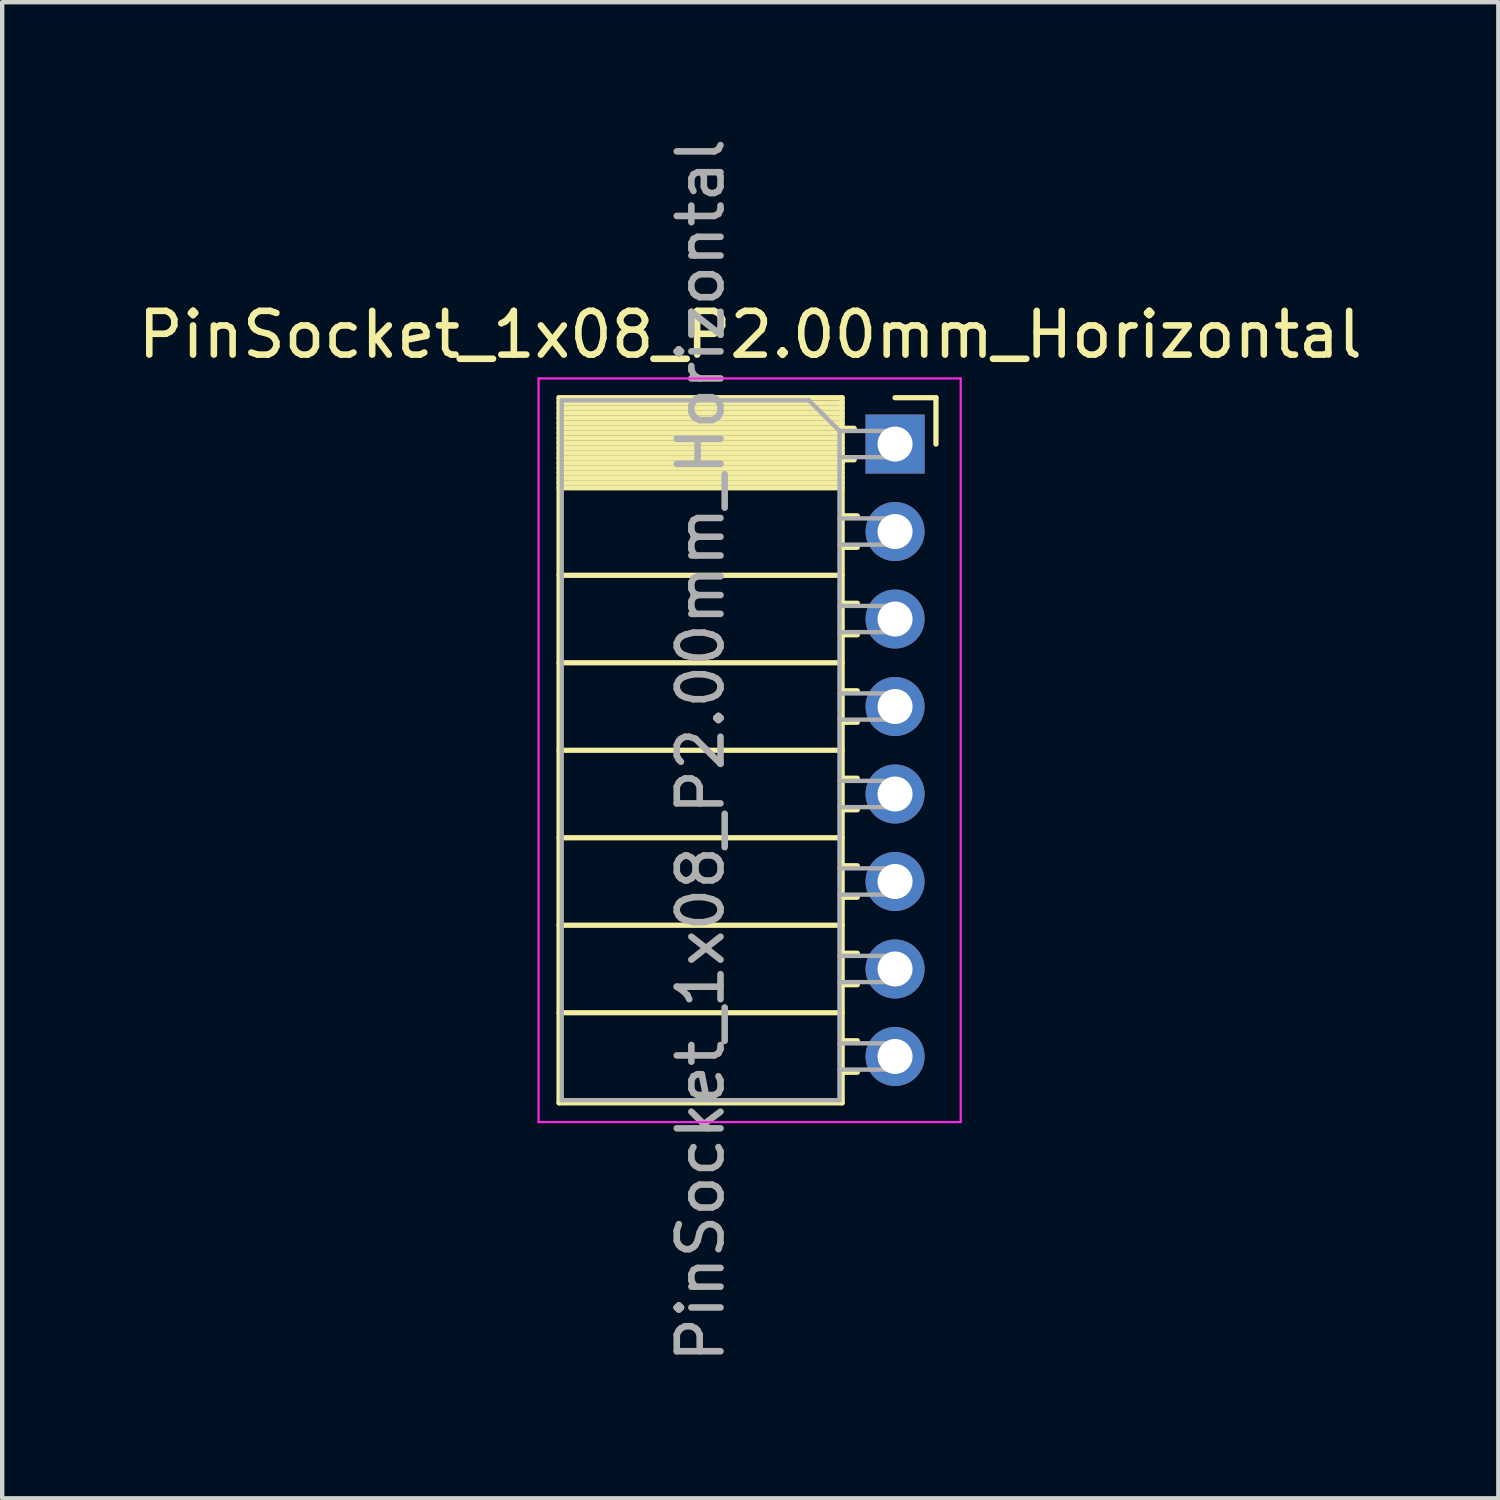
<source format=kicad_pcb>
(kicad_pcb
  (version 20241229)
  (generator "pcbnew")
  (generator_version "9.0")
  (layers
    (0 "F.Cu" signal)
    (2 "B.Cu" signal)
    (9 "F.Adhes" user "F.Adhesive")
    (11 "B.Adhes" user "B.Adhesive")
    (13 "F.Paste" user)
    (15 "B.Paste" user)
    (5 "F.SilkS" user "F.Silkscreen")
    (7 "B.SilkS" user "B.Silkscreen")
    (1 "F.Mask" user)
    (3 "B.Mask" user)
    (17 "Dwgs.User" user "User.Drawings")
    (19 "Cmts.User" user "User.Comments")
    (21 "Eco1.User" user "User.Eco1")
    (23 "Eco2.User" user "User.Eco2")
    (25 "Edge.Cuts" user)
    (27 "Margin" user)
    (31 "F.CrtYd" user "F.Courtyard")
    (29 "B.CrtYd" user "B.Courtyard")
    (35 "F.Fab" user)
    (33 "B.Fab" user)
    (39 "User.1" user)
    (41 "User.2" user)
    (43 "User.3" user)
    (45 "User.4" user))
  (footprint "PinSocket_1x08_P2.00mm_Horizontal"
    (layer "F.Cu")
    (at 17.411 7.101)
    (property "Reference" "PinSocket_1x08_P2.00mm_Horizontal" (at -3.31 -2.5 0) (layer "F.SilkS") (effects (font (size 1 1) (thickness 0.15))))
    (attr through_hole)
    (fp_line (start -7.68 -1.06) (end -7.68 15.06) (stroke (width 0.12) (type solid)) (layer "F.SilkS"))
    (fp_line (start -7.68 -1.06) (end -1.21 -1.06) (stroke (width 0.12) (type solid)) (layer "F.SilkS"))
    (fp_line (start -7.68 -0.94) (end -1.21 -0.94) (stroke (width 0.12) (type solid)) (layer "F.SilkS"))
    (fp_line (start -7.68 -0.826) (end -1.21 -0.826) (stroke (width 0.12) (type solid)) (layer "F.SilkS"))
    (fp_line (start -7.68 -0.712) (end -1.21 -0.712) (stroke (width 0.12) (type solid)) (layer "F.SilkS"))
    (fp_line (start -7.68 -0.598) (end -1.21 -0.598) (stroke (width 0.12) (type solid)) (layer "F.SilkS"))
    (fp_line (start -7.68 -0.484) (end -1.21 -0.484) (stroke (width 0.12) (type solid)) (layer "F.SilkS"))
    (fp_line (start -7.68 -0.369) (end -1.21 -0.369) (stroke (width 0.12) (type solid)) (layer "F.SilkS"))
    (fp_line (start -7.68 -0.255) (end -1.21 -0.255) (stroke (width 0.12) (type solid)) (layer "F.SilkS"))
    (fp_line (start -7.68 -0.141) (end -1.21 -0.141) (stroke (width 0.12) (type solid)) (layer "F.SilkS"))
    (fp_line (start -7.68 -0.027) (end -1.21 -0.027) (stroke (width 0.12) (type solid)) (layer "F.SilkS"))
    (fp_line (start -7.68 0.087) (end -1.21 0.087) (stroke (width 0.12) (type solid)) (layer "F.SilkS"))
    (fp_line (start -7.68 0.201) (end -1.21 0.201) (stroke (width 0.12) (type solid)) (layer "F.SilkS"))
    (fp_line (start -7.68 0.315) (end -1.21 0.315) (stroke (width 0.12) (type solid)) (layer "F.SilkS"))
    (fp_line (start -7.68 0.429) (end -1.21 0.429) (stroke (width 0.12) (type solid)) (layer "F.SilkS"))
    (fp_line (start -7.68 0.544) (end -1.21 0.544) (stroke (width 0.12) (type solid)) (layer "F.SilkS"))
    (fp_line (start -7.68 0.658) (end -1.21 0.658) (stroke (width 0.12) (type solid)) (layer "F.SilkS"))
    (fp_line (start -7.68 0.772) (end -1.21 0.772) (stroke (width 0.12) (type solid)) (layer "F.SilkS"))
    (fp_line (start -7.68 0.886) (end -1.21 0.886) (stroke (width 0.12) (type solid)) (layer "F.SilkS"))
    (fp_line (start -7.68 1) (end -1.21 1) (stroke (width 0.12) (type solid)) (layer "F.SilkS"))
    (fp_line (start -7.68 3) (end -1.21 3) (stroke (width 0.12) (type solid)) (layer "F.SilkS"))
    (fp_line (start -7.68 5) (end -1.21 5) (stroke (width 0.12) (type solid)) (layer "F.SilkS"))
    (fp_line (start -7.68 7) (end -1.21 7) (stroke (width 0.12) (type solid)) (layer "F.SilkS"))
    (fp_line (start -7.68 9) (end -1.21 9) (stroke (width 0.12) (type solid)) (layer "F.SilkS"))
    (fp_line (start -7.68 11) (end -1.21 11) (stroke (width 0.12) (type solid)) (layer "F.SilkS"))
    (fp_line (start -7.68 13) (end -1.21 13) (stroke (width 0.12) (type solid)) (layer "F.SilkS"))
    (fp_line (start -7.68 15.06) (end -1.21 15.06) (stroke (width 0.12) (type solid)) (layer "F.SilkS"))
    (fp_line (start -1.21 -1.06) (end -1.21 15.06) (stroke (width 0.12) (type solid)) (layer "F.SilkS"))
    (fp_line (start -1.21 -0.36) (end -0.935 -0.36) (stroke (width 0.12) (type solid)) (layer "F.SilkS"))
    (fp_line (start -1.21 0.36) (end -0.935 0.36) (stroke (width 0.12) (type solid)) (layer "F.SilkS"))
    (fp_line (start -1.21 1.64) (end -0.863 1.64) (stroke (width 0.12) (type solid)) (layer "F.SilkS"))
    (fp_line (start -1.21 2.36) (end -0.863 2.36) (stroke (width 0.12) (type solid)) (layer "F.SilkS"))
    (fp_line (start -1.21 3.64) (end -0.863 3.64) (stroke (width 0.12) (type solid)) (layer "F.SilkS"))
    (fp_line (start -1.21 4.36) (end -0.863 4.36) (stroke (width 0.12) (type solid)) (layer "F.SilkS"))
    (fp_line (start -1.21 5.64) (end -0.863 5.64) (stroke (width 0.12) (type solid)) (layer "F.SilkS"))
    (fp_line (start -1.21 6.36) (end -0.863 6.36) (stroke (width 0.12) (type solid)) (layer "F.SilkS"))
    (fp_line (start -1.21 7.64) (end -0.863 7.64) (stroke (width 0.12) (type solid)) (layer "F.SilkS"))
    (fp_line (start -1.21 8.36) (end -0.863 8.36) (stroke (width 0.12) (type solid)) (layer "F.SilkS"))
    (fp_line (start -1.21 9.64) (end -0.863 9.64) (stroke (width 0.12) (type solid)) (layer "F.SilkS"))
    (fp_line (start -1.21 10.36) (end -0.863 10.36) (stroke (width 0.12) (type solid)) (layer "F.SilkS"))
    (fp_line (start -1.21 11.64) (end -0.863 11.64) (stroke (width 0.12) (type solid)) (layer "F.SilkS"))
    (fp_line (start -1.21 12.36) (end -0.863 12.36) (stroke (width 0.12) (type solid)) (layer "F.SilkS"))
    (fp_line (start -1.21 13.64) (end -0.863 13.64) (stroke (width 0.12) (type solid)) (layer "F.SilkS"))
    (fp_line (start -1.21 14.36) (end -0.863 14.36) (stroke (width 0.12) (type solid)) (layer "F.SilkS"))
    (fp_line (start 0 -1.06) (end 0.935 -1.06) (stroke (width 0.12) (type solid)) (layer "F.SilkS"))
    (fp_line (start 0.935 -1.06) (end 0.935 0) (stroke (width 0.12) (type solid)) (layer "F.SilkS"))
    (fp_line (start -8.15 -1.5) (end -8.15 15.5) (stroke (width 0.05) (type solid)) (layer "F.CrtYd"))
    (fp_line (start -8.15 15.5) (end 1.5 15.5) (stroke (width 0.05) (type solid)) (layer "F.CrtYd"))
    (fp_line (start 1.5 -1.5) (end -8.15 -1.5) (stroke (width 0.05) (type solid)) (layer "F.CrtYd"))
    (fp_line (start 1.5 15.5) (end 1.5 -1.5) (stroke (width 0.05) (type solid)) (layer "F.CrtYd"))
    (fp_line (start -7.62 -1) (end -1.97 -1) (stroke (width 0.1) (type solid)) (layer "F.Fab"))
    (fp_line (start -7.62 15) (end -7.62 -1) (stroke (width 0.1) (type solid)) (layer "F.Fab"))
    (fp_line (start -1.97 -1) (end -1.27 -0.3) (stroke (width 0.1) (type solid)) (layer "F.Fab"))
    (fp_line (start -1.27 -0.3) (end -1.27 15) (stroke (width 0.1) (type solid)) (layer "F.Fab"))
    (fp_line (start -1.27 0.3) (end 0 0.3) (stroke (width 0.1) (type solid)) (layer "F.Fab"))
    (fp_line (start -1.27 2.3) (end 0 2.3) (stroke (width 0.1) (type solid)) (layer "F.Fab"))
    (fp_line (start -1.27 4.3) (end 0 4.3) (stroke (width 0.1) (type solid)) (layer "F.Fab"))
    (fp_line (start -1.27 6.3) (end 0 6.3) (stroke (width 0.1) (type solid)) (layer "F.Fab"))
    (fp_line (start -1.27 8.3) (end 0 8.3) (stroke (width 0.1) (type solid)) (layer "F.Fab"))
    (fp_line (start -1.27 10.3) (end 0 10.3) (stroke (width 0.1) (type solid)) (layer "F.Fab"))
    (fp_line (start -1.27 12.3) (end 0 12.3) (stroke (width 0.1) (type solid)) (layer "F.Fab"))
    (fp_line (start -1.27 14.3) (end 0 14.3) (stroke (width 0.1) (type solid)) (layer "F.Fab"))
    (fp_line (start -1.27 15) (end -7.62 15) (stroke (width 0.1) (type solid)) (layer "F.Fab"))
    (fp_line (start 0 -0.3) (end -1.27 -0.3) (stroke (width 0.1) (type solid)) (layer "F.Fab"))
    (fp_line (start 0 0.3) (end 0 -0.3) (stroke (width 0.1) (type solid)) (layer "F.Fab"))
    (fp_line (start 0 1.7) (end -1.27 1.7) (stroke (width 0.1) (type solid)) (layer "F.Fab"))
    (fp_line (start 0 2.3) (end 0 1.7) (stroke (width 0.1) (type solid)) (layer "F.Fab"))
    (fp_line (start 0 3.7) (end -1.27 3.7) (stroke (width 0.1) (type solid)) (layer "F.Fab"))
    (fp_line (start 0 4.3) (end 0 3.7) (stroke (width 0.1) (type solid)) (layer "F.Fab"))
    (fp_line (start 0 5.7) (end -1.27 5.7) (stroke (width 0.1) (type solid)) (layer "F.Fab"))
    (fp_line (start 0 6.3) (end 0 5.7) (stroke (width 0.1) (type solid)) (layer "F.Fab"))
    (fp_line (start 0 7.7) (end -1.27 7.7) (stroke (width 0.1) (type solid)) (layer "F.Fab"))
    (fp_line (start 0 8.3) (end 0 7.7) (stroke (width 0.1) (type solid)) (layer "F.Fab"))
    (fp_line (start 0 9.7) (end -1.27 9.7) (stroke (width 0.1) (type solid)) (layer "F.Fab"))
    (fp_line (start 0 10.3) (end 0 9.7) (stroke (width 0.1) (type solid)) (layer "F.Fab"))
    (fp_line (start 0 11.7) (end -1.27 11.7) (stroke (width 0.1) (type solid)) (layer "F.Fab"))
    (fp_line (start 0 12.3) (end 0 11.7) (stroke (width 0.1) (type solid)) (layer "F.Fab"))
    (fp_line (start 0 13.7) (end -1.27 13.7) (stroke (width 0.1) (type solid)) (layer "F.Fab"))
    (fp_line (start 0 14.3) (end 0 13.7) (stroke (width 0.1) (type solid)) (layer "F.Fab"))
    (fp_text user "${REFERENCE}" (at -4.445 7 90) (layer "F.Fab") (effects (font (size 1 1) (thickness 0.15))))
    (pad "1" thru_hole rect (at 0 0) (size 1.35 1.35) (drill 0.8) (layers "*.Cu" "*.Mask"))
    (pad "2" thru_hole oval (at 0 2) (size 1.35 1.35) (drill 0.8) (layers "*.Cu" "*.Mask"))
    (pad "3" thru_hole oval (at 0 4) (size 1.35 1.35) (drill 0.8) (layers "*.Cu" "*.Mask"))
    (pad "4" thru_hole oval (at 0 6) (size 1.35 1.35) (drill 0.8) (layers "*.Cu" "*.Mask"))
    (pad "5" thru_hole oval (at 0 8) (size 1.35 1.35) (drill 0.8) (layers "*.Cu" "*.Mask"))
    (pad "6" thru_hole oval (at 0 10) (size 1.35 1.35) (drill 0.8) (layers "*.Cu" "*.Mask"))
    (pad "7" thru_hole oval (at 0 12) (size 1.35 1.35) (drill 0.8) (layers "*.Cu" "*.Mask"))
    (pad "8" thru_hole oval (at 0 14) (size 1.35 1.35) (drill 0.8) (layers "*.Cu" "*.Mask")))
  (gr_rect
    (start -3 -3)
    (end 31.202 31.202)
    (stroke (width 0.1) (type default))
    (fill no)
    (layer "Edge.Cuts")))
</source>
